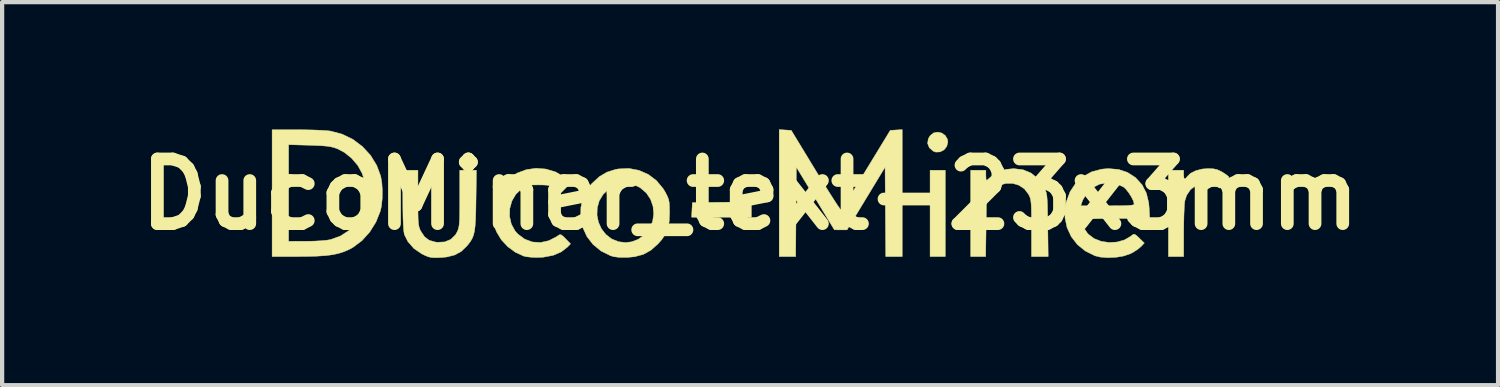
<source format=kicad_pcb>
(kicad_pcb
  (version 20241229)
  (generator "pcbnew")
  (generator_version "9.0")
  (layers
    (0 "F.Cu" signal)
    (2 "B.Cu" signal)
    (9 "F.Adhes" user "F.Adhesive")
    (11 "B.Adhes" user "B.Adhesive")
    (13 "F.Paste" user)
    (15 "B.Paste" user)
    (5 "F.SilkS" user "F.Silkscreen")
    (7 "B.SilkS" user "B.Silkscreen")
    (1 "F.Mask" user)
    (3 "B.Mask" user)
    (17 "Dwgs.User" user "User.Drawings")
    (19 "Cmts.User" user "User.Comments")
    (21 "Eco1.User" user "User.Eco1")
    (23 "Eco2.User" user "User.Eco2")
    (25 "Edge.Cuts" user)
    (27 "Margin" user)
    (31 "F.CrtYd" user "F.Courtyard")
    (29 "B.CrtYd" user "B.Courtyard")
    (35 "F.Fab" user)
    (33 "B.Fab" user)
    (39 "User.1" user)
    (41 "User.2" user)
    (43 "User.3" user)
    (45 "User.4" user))
  (footprint "DucoMiner_text-23x3mm"
    (layer "F.Cu")
    (at 14.63 1.532)
    (property "Reference" "DucoMiner_text-23x3mm" (at 0 0 0) (layer "F.SilkS") (effects (font (size 1.524 1.524) (thickness 0.3))))
    (attr through_hole)
    (fp_poly (pts (xy 4.602 1.464) (xy 4.243 1.464) (xy 4.243 -0.568) (xy 4.602 -0.568) (xy 4.602 1.464)) (stroke (width 0.01) (type solid)) (fill yes) (layer "F.SilkS"))
    (fp_poly (pts (xy 0.03 0.538) (xy -1.378 0.538) (xy -1.369 0.366) (xy -1.36 0.194) (xy -0.665 0.186) (xy 0.03 0.178) (xy 0.03 0.538)) (stroke (width 0.01) (type solid)) (fill yes) (layer "F.SilkS"))
    (fp_poly (pts (xy 4.522 -1.445) (xy 4.603 -1.386) (xy 4.653 -1.298) (xy 4.662 -1.234) (xy 4.636 -1.13) (xy 4.571 -1.049) (xy 4.48 -1.002) (xy 4.379 -0.997) (xy 4.318 -1.019) (xy 4.225 -1.1) (xy 4.185 -1.201) (xy 4.201 -1.31) (xy 4.245 -1.385) (xy 4.328 -1.45) (xy 4.425 -1.468) (xy 4.522 -1.445)) (stroke (width 0.01) (type solid)) (fill yes) (layer "F.SilkS"))
    (fp_poly (pts (xy 3.586 1.464) (xy 3.198 1.464) (xy 3.19 0.411) (xy 3.182 -0.642) (xy 2.734 0.097) (xy 2.286 0.836) (xy 2.137 0.836) (xy 1.987 0.835) (xy 1.539 0.096) (xy 1.091 -0.642) (xy 1.075 1.464) (xy 0.687 1.464) (xy 0.687 -1.527) (xy 0.829 -1.518) (xy 0.971 -1.509) (xy 1.541 -0.572) (xy 1.672 -0.359) (xy 1.793 -0.163) (xy 1.902 0.01) (xy 1.995 0.155) (xy 2.067 0.265) (xy 2.117 0.336) (xy 2.139 0.361) (xy 2.139 0.361) (xy 2.16 0.336) (xy 2.209 0.265) (xy 2.281 0.154) (xy 2.373 0.01) (xy 2.482 -0.163) (xy 2.603 -0.359) (xy 2.733 -0.572) (xy 2.735 -0.575) (xy 3.304 -1.509) (xy 3.445 -1.518) (xy 3.586 -1.527) (xy 3.586 1.464)) (stroke (width 0.01) (type solid)) (fill yes) (layer "F.SilkS"))
    (fp_poly (pts (xy 10.915 -0.604) (xy 11.009 -0.584) (xy 11.101 -0.542) (xy 11.124 -0.529) (xy 11.206 -0.477) (xy 11.265 -0.433) (xy 11.283 -0.415) (xy 11.275 -0.377) (xy 11.232 -0.316) (xy 11.187 -0.265) (xy 11.07 -0.149) (xy 10.951 -0.211) (xy 10.797 -0.261) (xy 10.643 -0.258) (xy 10.501 -0.206) (xy 10.38 -0.111) (xy 10.29 0.022) (xy 10.248 0.154) (xy 10.24 0.224) (xy 10.233 0.343) (xy 10.227 0.497) (xy 10.223 0.676) (xy 10.221 0.867) (xy 10.221 0.874) (xy 10.22 1.464) (xy 9.861 1.464) (xy 9.861 -0.568) (xy 10.22 -0.568) (xy 10.22 -0.463) (xy 10.228 -0.384) (xy 10.251 -0.362) (xy 10.289 -0.398) (xy 10.302 -0.418) (xy 10.383 -0.497) (xy 10.507 -0.559) (xy 10.66 -0.598) (xy 10.789 -0.608) (xy 10.915 -0.604)) (stroke (width 0.01) (type solid)) (fill yes) (layer "F.SilkS"))
    (fp_poly (pts (xy 6.433 -0.581) (xy 6.623 -0.503) (xy 6.783 -0.373) (xy 6.914 -0.191) (xy 6.927 -0.167) (xy 6.952 -0.119) (xy 6.971 -0.074) (xy 6.986 -0.024) (xy 6.996 0.038) (xy 7.003 0.122) (xy 7.009 0.236) (xy 7.012 0.388) (xy 7.015 0.587) (xy 7.017 0.725) (xy 7.027 1.464) (xy 6.634 1.464) (xy 6.634 0.797) (xy 6.634 0.579) (xy 6.632 0.412) (xy 6.629 0.288) (xy 6.623 0.197) (xy 6.614 0.13) (xy 6.601 0.079) (xy 6.583 0.035) (xy 6.565 -0.001) (xy 6.467 -0.13) (xy 6.337 -0.216) (xy 6.189 -0.26) (xy 6.034 -0.26) (xy 5.883 -0.218) (xy 5.748 -0.131) (xy 5.657 -0.027) (xy 5.573 0.1) (xy 5.563 0.782) (xy 5.553 1.464) (xy 5.2 1.464) (xy 5.2 -0.568) (xy 5.558 -0.568) (xy 5.558 -0.448) (xy 5.561 -0.373) (xy 5.569 -0.332) (xy 5.572 -0.329) (xy 5.6 -0.347) (xy 5.653 -0.393) (xy 5.669 -0.408) (xy 5.832 -0.521) (xy 6.029 -0.589) (xy 6.215 -0.607) (xy 6.433 -0.581)) (stroke (width 0.01) (type solid)) (fill yes) (layer "F.SilkS"))
    (fp_poly (pts (xy -7.829 0.083) (xy -7.829 0.298) (xy -7.827 0.463) (xy -7.824 0.585) (xy -7.818 0.675) (xy -7.808 0.741) (xy -7.795 0.792) (xy -7.776 0.838) (xy -7.762 0.866) (xy -7.673 0.999) (xy -7.564 1.082) (xy -7.42 1.123) (xy -7.372 1.129) (xy -7.197 1.12) (xy -7.054 1.061) (xy -6.945 0.955) (xy -6.906 0.888) (xy -6.885 0.841) (xy -6.87 0.792) (xy -6.859 0.732) (xy -6.851 0.652) (xy -6.846 0.542) (xy -6.844 0.395) (xy -6.843 0.201) (xy -6.843 0.095) (xy -6.843 -0.568) (xy -6.45 -0.568) (xy -6.46 0.142) (xy -6.464 0.391) (xy -6.47 0.588) (xy -6.481 0.743) (xy -6.496 0.865) (xy -6.519 0.961) (xy -6.551 1.041) (xy -6.594 1.113) (xy -6.65 1.186) (xy -6.677 1.218) (xy -6.809 1.345) (xy -6.962 1.428) (xy -7.148 1.475) (xy -7.289 1.488) (xy -7.419 1.492) (xy -7.511 1.487) (xy -7.587 1.47) (xy -7.67 1.435) (xy -7.736 1.403) (xy -7.922 1.277) (xy -8.065 1.113) (xy -8.148 0.947) (xy -8.161 0.877) (xy -8.172 0.75) (xy -8.18 0.567) (xy -8.184 0.329) (xy -8.185 0.142) (xy -8.188 -0.568) (xy -7.829 -0.568) (xy -7.829 0.083)) (stroke (width 0.01) (type solid)) (fill yes) (layer "F.SilkS"))
    (fp_poly (pts (xy -4.815 -0.598) (xy -4.587 -0.53) (xy -4.371 -0.409) (xy -4.357 -0.399) (xy -4.209 -0.291) (xy -4.334 -0.163) (xy -4.459 -0.036) (xy -4.593 -0.13) (xy -4.662 -0.176) (xy -4.722 -0.204) (xy -4.792 -0.218) (xy -4.889 -0.223) (xy -4.99 -0.224) (xy -5.121 -0.223) (xy -5.21 -0.215) (xy -5.275 -0.198) (xy -5.336 -0.166) (xy -5.384 -0.133) (xy -5.521 -0.003) (xy -5.615 0.157) (xy -5.664 0.335) (xy -5.669 0.519) (xy -5.628 0.699) (xy -5.54 0.861) (xy -5.475 0.934) (xy -5.312 1.055) (xy -5.131 1.122) (xy -4.939 1.134) (xy -4.744 1.091) (xy -4.555 0.994) (xy -4.526 0.972) (xy -4.487 0.95) (xy -4.452 0.953) (xy -4.405 0.989) (xy -4.348 1.046) (xy -4.232 1.165) (xy -4.303 1.24) (xy -4.451 1.355) (xy -4.641 1.436) (xy -4.867 1.479) (xy -4.958 1.485) (xy -5.13 1.484) (xy -5.272 1.469) (xy -5.339 1.453) (xy -5.534 1.363) (xy -5.714 1.23) (xy -5.865 1.067) (xy -5.973 0.887) (xy -5.997 0.828) (xy -6.041 0.638) (xy -6.054 0.427) (xy -6.036 0.219) (xy -5.988 0.035) (xy -5.971 -0.006) (xy -5.844 -0.214) (xy -5.68 -0.38) (xy -5.487 -0.504) (xy -5.273 -0.583) (xy -5.046 -0.615) (xy -4.815 -0.598)) (stroke (width 0.01) (type solid)) (fill yes) (layer "F.SilkS"))
    (fp_poly (pts (xy -10.675 -1.524) (xy -10.478 -1.522) (xy -10.288 -1.518) (xy -10.117 -1.511) (xy -9.98 -1.502) (xy -9.891 -1.493) (xy -9.616 -1.42) (xy -9.362 -1.297) (xy -9.137 -1.128) (xy -8.947 -0.922) (xy -8.8 -0.683) (xy -8.707 -0.433) (xy -8.68 -0.281) (xy -8.668 -0.095) (xy -8.671 0.098) (xy -8.689 0.276) (xy -8.714 0.391) (xy -8.818 0.651) (xy -8.966 0.888) (xy -9.15 1.091) (xy -9.363 1.25) (xy -9.449 1.297) (xy -9.571 1.35) (xy -9.699 1.391) (xy -9.841 1.422) (xy -10.009 1.443) (xy -10.212 1.456) (xy -10.458 1.463) (xy -10.646 1.464) (xy -11.266 1.464) (xy -11.266 1.106) (xy -10.877 1.106) (xy -10.466 1.105) (xy -10.285 1.102) (xy -10.116 1.093) (xy -9.975 1.08) (xy -9.887 1.065) (xy -9.655 0.981) (xy -9.451 0.849) (xy -9.282 0.674) (xy -9.157 0.466) (xy -9.139 0.423) (xy -9.09 0.239) (xy -9.069 0.025) (xy -9.077 -0.196) (xy -9.113 -0.4) (xy -9.143 -0.493) (xy -9.244 -0.679) (xy -9.389 -0.85) (xy -9.563 -0.99) (xy -9.727 -1.076) (xy -9.805 -1.103) (xy -9.884 -1.123) (xy -9.978 -1.137) (xy -10.098 -1.147) (xy -10.258 -1.154) (xy -10.392 -1.159) (xy -10.877 -1.172) (xy -10.877 1.106) (xy -11.266 1.106) (xy -11.266 -1.524) (xy -10.675 -1.524)) (stroke (width 0.01) (type solid)) (fill yes) (layer "F.SilkS"))
    (fp_poly (pts (xy -2.619 -0.567) (xy -2.4 -0.471) (xy -2.208 -0.326) (xy -2.05 -0.137) (xy -2 -0.055) (xy -1.953 0.036) (xy -1.923 0.111) (xy -1.907 0.187) (xy -1.9 0.283) (xy -1.898 0.419) (xy -1.898 0.433) (xy -1.906 0.634) (xy -1.935 0.794) (xy -1.991 0.932) (xy -2.08 1.064) (xy -2.168 1.164) (xy -2.336 1.314) (xy -2.516 1.414) (xy -2.722 1.469) (xy -2.896 1.485) (xy -3.075 1.485) (xy -3.211 1.468) (xy -3.287 1.446) (xy -3.512 1.335) (xy -3.699 1.182) (xy -3.844 0.996) (xy -3.943 0.783) (xy -3.992 0.551) (xy -3.991 0.487) (xy -3.608 0.487) (xy -3.574 0.655) (xy -3.504 0.811) (xy -3.399 0.945) (xy -3.263 1.05) (xy -3.098 1.116) (xy -2.939 1.135) (xy -2.796 1.119) (xy -2.653 1.066) (xy -2.626 1.052) (xy -2.474 0.942) (xy -2.365 0.8) (xy -2.297 0.637) (xy -2.271 0.461) (xy -2.287 0.284) (xy -2.345 0.116) (xy -2.444 -0.033) (xy -2.584 -0.153) (xy -2.637 -0.183) (xy -2.72 -0.218) (xy -2.807 -0.234) (xy -2.923 -0.236) (xy -2.976 -0.234) (xy -3.103 -0.224) (xy -3.193 -0.204) (xy -3.271 -0.167) (xy -3.322 -0.133) (xy -3.462 -0.003) (xy -3.555 0.15) (xy -3.602 0.316) (xy -3.608 0.487) (xy -3.991 0.487) (xy -3.988 0.308) (xy -3.948 0.124) (xy -3.9 -0.011) (xy -3.839 -0.12) (xy -3.751 -0.231) (xy -3.723 -0.261) (xy -3.553 -0.418) (xy -3.374 -0.524) (xy -3.171 -0.588) (xy -3.107 -0.6) (xy -2.857 -0.612) (xy -2.619 -0.567)) (stroke (width 0.01) (type solid)) (fill yes) (layer "F.SilkS"))
    (fp_poly (pts (xy 8.684 -0.588) (xy 8.894 -0.519) (xy 9.079 -0.4) (xy 9.095 -0.386) (xy 9.242 -0.223) (xy 9.341 -0.03) (xy 9.396 0.197) (xy 9.407 0.318) (xy 9.42 0.568) (xy 8.627 0.568) (xy 8.39 0.569) (xy 8.187 0.572) (xy 8.022 0.577) (xy 7.901 0.583) (xy 7.831 0.591) (xy 7.815 0.596) (xy 7.814 0.646) (xy 7.84 0.726) (xy 7.887 0.818) (xy 7.945 0.905) (xy 7.973 0.938) (xy 8.108 1.041) (xy 8.276 1.107) (xy 8.462 1.134) (xy 8.651 1.123) (xy 8.829 1.072) (xy 8.981 0.982) (xy 9.002 0.964) (xy 9.036 0.94) (xy 9.069 0.942) (xy 9.116 0.976) (xy 9.175 1.032) (xy 9.293 1.147) (xy 9.212 1.232) (xy 9.139 1.293) (xy 9.038 1.359) (xy 8.967 1.397) (xy 8.814 1.45) (xy 8.629 1.482) (xy 8.434 1.491) (xy 8.252 1.477) (xy 8.13 1.447) (xy 7.904 1.335) (xy 7.716 1.183) (xy 7.571 0.996) (xy 7.472 0.783) (xy 7.423 0.551) (xy 7.429 0.306) (xy 7.436 0.269) (xy 7.795 0.269) (xy 8.425 0.269) (xy 8.642 0.268) (xy 8.806 0.266) (xy 8.923 0.261) (xy 8.999 0.254) (xy 9.041 0.244) (xy 9.054 0.231) (xy 9.054 0.23) (xy 9.036 0.155) (xy 8.987 0.057) (xy 8.922 -0.045) (xy 8.851 -0.132) (xy 8.803 -0.175) (xy 8.684 -0.228) (xy 8.533 -0.259) (xy 8.377 -0.264) (xy 8.238 -0.241) (xy 8.234 -0.24) (xy 8.074 -0.157) (xy 7.939 -0.028) (xy 7.841 0.134) (xy 7.816 0.202) (xy 7.795 0.269) (xy 7.436 0.269) (xy 7.454 0.177) (xy 7.543 -0.062) (xy 7.675 -0.262) (xy 7.847 -0.42) (xy 8.054 -0.533) (xy 8.29 -0.595) (xy 8.442 -0.608) (xy 8.684 -0.588)) (stroke (width 0.01) (type solid)) (fill yes) (layer "F.SilkS")))
  (gr_rect
    (start -3 -3)
    (end 32.261 6.029)
    (stroke (width 0.1) (type default))
    (fill no)
    (layer "Edge.Cuts")))
</source>
